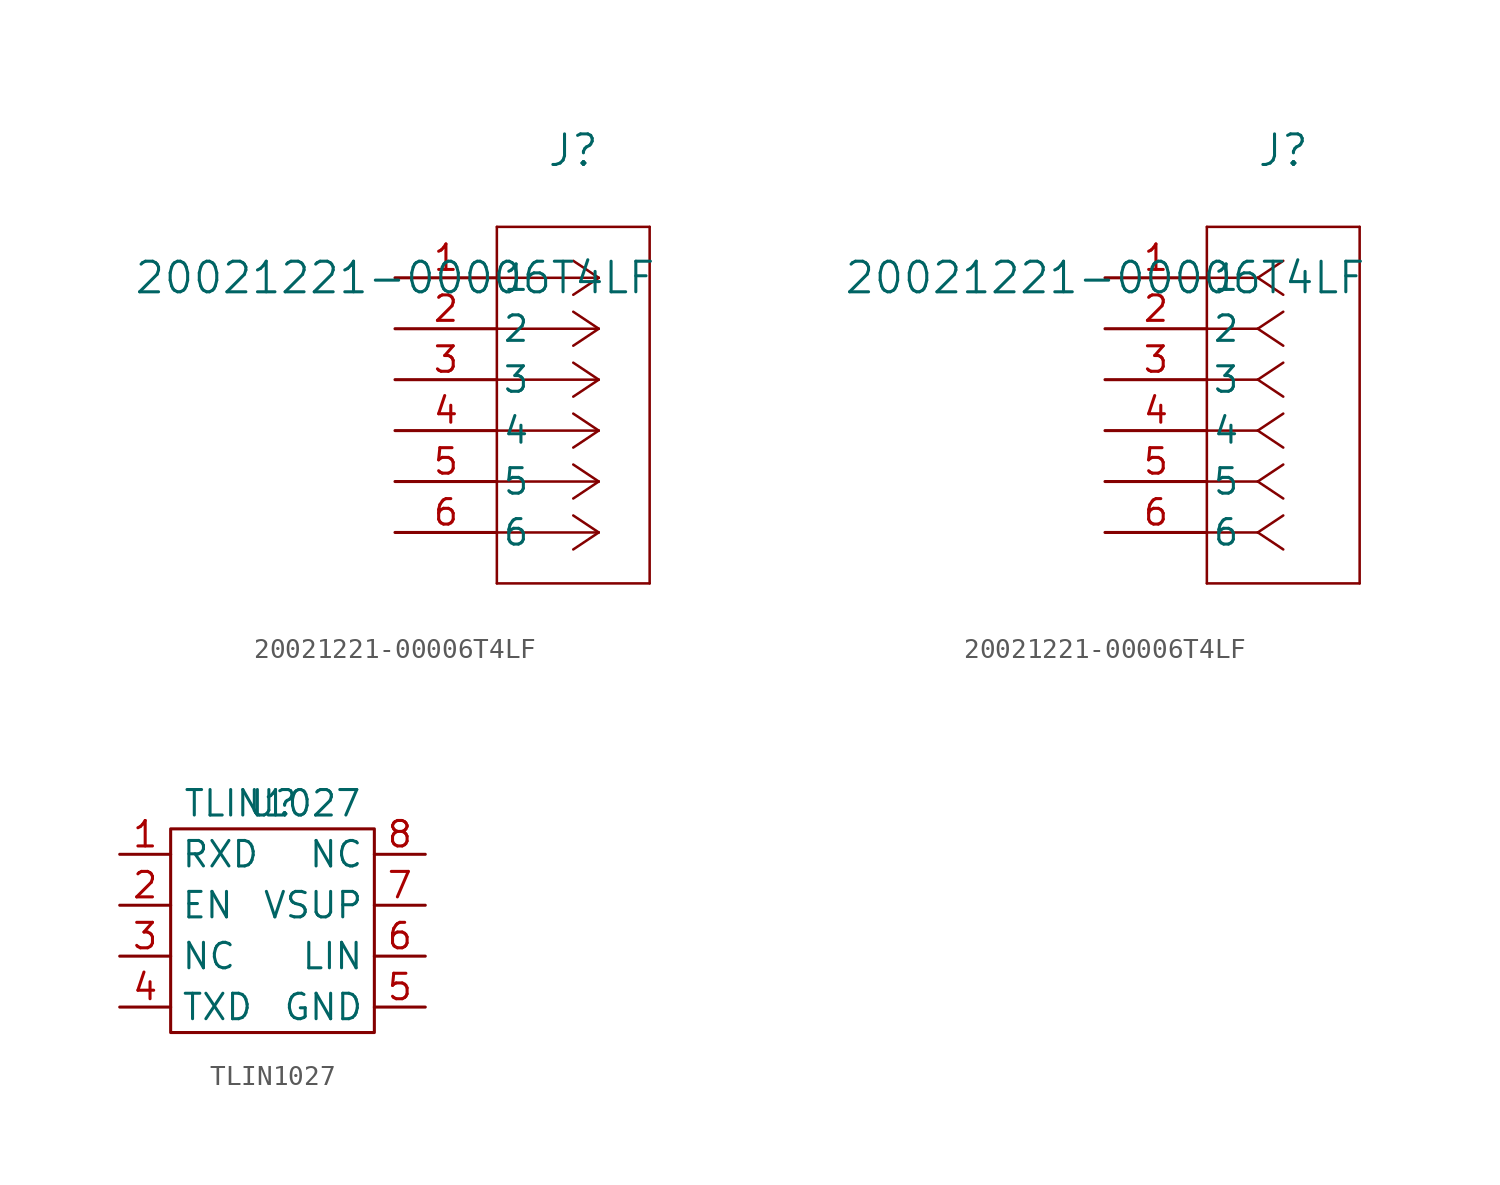
<source format=kicad_sym>
(kicad_symbol_lib
  (version 20231120)
  (generator "kicad_symbol_editor")
  (generator_version "8.0")
  (symbol "20021221-00006T4LF"
    (pin_names
      (offset 0.254))
    (property "Reference" "J"
      (at 8.89 6.35 0)
      (effects (font (size 1.524 1.524))))
    (property "Value" "20021221-00006T4LF"
      (at 0 0 0)
      (effects (font (size 1.524 1.524))))
    (symbol "20021221-00006T4LF_1_1"
      (polyline (pts (xy 5.08 -15.24) (xy 12.7 -15.24)) (stroke (width 0.127) (type default)) (fill (type none)))
      (polyline (pts (xy 5.08 2.54) (xy 5.08 -15.24)) (stroke (width 0.127) (type default)) (fill (type none)))
      (polyline (pts (xy 10.16 -12.7) (xy 5.08 -12.7)) (stroke (width 0.127) (type default)) (fill (type none)))
      (polyline (pts (xy 10.16 -12.7) (xy 8.89 -13.547)) (stroke (width 0.127) (type default)) (fill (type none)))
      (polyline (pts (xy 10.16 -12.7) (xy 8.89 -11.853)) (stroke (width 0.127) (type default)) (fill (type none)))
      (polyline (pts (xy 10.16 -10.16) (xy 5.08 -10.16)) (stroke (width 0.127) (type default)) (fill (type none)))
      (polyline (pts (xy 10.16 -10.16) (xy 8.89 -11.007)) (stroke (width 0.127) (type default)) (fill (type none)))
      (polyline (pts (xy 10.16 -10.16) (xy 8.89 -9.313)) (stroke (width 0.127) (type default)) (fill (type none)))
      (polyline (pts (xy 10.16 -7.62) (xy 5.08 -7.62)) (stroke (width 0.127) (type default)) (fill (type none)))
      (polyline (pts (xy 10.16 -7.62) (xy 8.89 -8.467)) (stroke (width 0.127) (type default)) (fill (type none)))
      (polyline (pts (xy 10.16 -7.62) (xy 8.89 -6.773)) (stroke (width 0.127) (type default)) (fill (type none)))
      (polyline (pts (xy 10.16 -5.08) (xy 5.08 -5.08)) (stroke (width 0.127) (type default)) (fill (type none)))
      (polyline (pts (xy 10.16 -5.08) (xy 8.89 -5.927)) (stroke (width 0.127) (type default)) (fill (type none)))
      (polyline (pts (xy 10.16 -5.08) (xy 8.89 -4.233)) (stroke (width 0.127) (type default)) (fill (type none)))
      (polyline (pts (xy 10.16 -2.54) (xy 5.08 -2.54)) (stroke (width 0.127) (type default)) (fill (type none)))
      (polyline (pts (xy 10.16 -2.54) (xy 8.89 -3.387)) (stroke (width 0.127) (type default)) (fill (type none)))
      (polyline (pts (xy 10.16 -2.54) (xy 8.89 -1.693)) (stroke (width 0.127) (type default)) (fill (type none)))
      (polyline (pts (xy 10.16 0) (xy 5.08 0)) (stroke (width 0.127) (type default)) (fill (type none)))
      (polyline (pts (xy 10.16 0) (xy 8.89 -0.847)) (stroke (width 0.127) (type default)) (fill (type none)))
      (polyline (pts (xy 10.16 0) (xy 8.89 0.847)) (stroke (width 0.127) (type default)) (fill (type none)))
      (polyline (pts (xy 12.7 -15.24) (xy 12.7 2.54)) (stroke (width 0.127) (type default)) (fill (type none)))
      (polyline (pts (xy 12.7 2.54) (xy 5.08 2.54)) (stroke (width 0.127) (type default)) (fill (type none)))
      (pin unspecified line (at 0 0 0) (length 5.08) (name "1" (effects (font (size 1.27 1.27)))) (number "1" (effects (font (size 1.27 1.27)))))
      (pin unspecified line (at 0 -2.54 0) (length 5.08) (name "2" (effects (font (size 1.27 1.27)))) (number "2" (effects (font (size 1.27 1.27)))))
      (pin unspecified line (at 0 -5.08 0) (length 5.08) (name "3" (effects (font (size 1.27 1.27)))) (number "3" (effects (font (size 1.27 1.27)))))
      (pin unspecified line (at 0 -7.62 0) (length 5.08) (name "4" (effects (font (size 1.27 1.27)))) (number "4" (effects (font (size 1.27 1.27)))))
      (pin unspecified line (at 0 -10.16 0) (length 5.08) (name "5" (effects (font (size 1.27 1.27)))) (number "5" (effects (font (size 1.27 1.27)))))
      (pin unspecified line (at 0 -12.7 0) (length 5.08) (name "6" (effects (font (size 1.27 1.27)))) (number "6" (effects (font (size 1.27 1.27))))))
    (symbol "20021221-00006T4LF_1_2"
      (polyline (pts (xy 5.08 -15.24) (xy 12.7 -15.24)) (stroke (width 0.127) (type default)) (fill (type none)))
      (polyline (pts (xy 5.08 2.54) (xy 5.08 -15.24)) (stroke (width 0.127) (type default)) (fill (type none)))
      (polyline (pts (xy 7.62 -12.7) (xy 5.08 -12.7)) (stroke (width 0.127) (type default)) (fill (type none)))
      (polyline (pts (xy 7.62 -12.7) (xy 8.89 -13.547)) (stroke (width 0.127) (type default)) (fill (type none)))
      (polyline (pts (xy 7.62 -12.7) (xy 8.89 -11.853)) (stroke (width 0.127) (type default)) (fill (type none)))
      (polyline (pts (xy 7.62 -10.16) (xy 5.08 -10.16)) (stroke (width 0.127) (type default)) (fill (type none)))
      (polyline (pts (xy 7.62 -10.16) (xy 8.89 -11.007)) (stroke (width 0.127) (type default)) (fill (type none)))
      (polyline (pts (xy 7.62 -10.16) (xy 8.89 -9.313)) (stroke (width 0.127) (type default)) (fill (type none)))
      (polyline (pts (xy 7.62 -7.62) (xy 5.08 -7.62)) (stroke (width 0.127) (type default)) (fill (type none)))
      (polyline (pts (xy 7.62 -7.62) (xy 8.89 -8.467)) (stroke (width 0.127) (type default)) (fill (type none)))
      (polyline (pts (xy 7.62 -7.62) (xy 8.89 -6.773)) (stroke (width 0.127) (type default)) (fill (type none)))
      (polyline (pts (xy 7.62 -5.08) (xy 5.08 -5.08)) (stroke (width 0.127) (type default)) (fill (type none)))
      (polyline (pts (xy 7.62 -5.08) (xy 8.89 -5.927)) (stroke (width 0.127) (type default)) (fill (type none)))
      (polyline (pts (xy 7.62 -5.08) (xy 8.89 -4.233)) (stroke (width 0.127) (type default)) (fill (type none)))
      (polyline (pts (xy 7.62 -2.54) (xy 5.08 -2.54)) (stroke (width 0.127) (type default)) (fill (type none)))
      (polyline (pts (xy 7.62 -2.54) (xy 8.89 -3.387)) (stroke (width 0.127) (type default)) (fill (type none)))
      (polyline (pts (xy 7.62 -2.54) (xy 8.89 -1.693)) (stroke (width 0.127) (type default)) (fill (type none)))
      (polyline (pts (xy 7.62 0) (xy 5.08 0)) (stroke (width 0.127) (type default)) (fill (type none)))
      (polyline (pts (xy 7.62 0) (xy 8.89 -0.847)) (stroke (width 0.127) (type default)) (fill (type none)))
      (polyline (pts (xy 7.62 0) (xy 8.89 0.847)) (stroke (width 0.127) (type default)) (fill (type none)))
      (polyline (pts (xy 12.7 -15.24) (xy 12.7 2.54)) (stroke (width 0.127) (type default)) (fill (type none)))
      (polyline (pts (xy 12.7 2.54) (xy 5.08 2.54)) (stroke (width 0.127) (type default)) (fill (type none)))
      (pin unspecified line (at 0 0 0) (length 5.08) (name "1" (effects (font (size 1.27 1.27)))) (number "1" (effects (font (size 1.27 1.27)))))
      (pin unspecified line (at 0 -2.54 0) (length 5.08) (name "2" (effects (font (size 1.27 1.27)))) (number "2" (effects (font (size 1.27 1.27)))))
      (pin unspecified line (at 0 -5.08 0) (length 5.08) (name "3" (effects (font (size 1.27 1.27)))) (number "3" (effects (font (size 1.27 1.27)))))
      (pin unspecified line (at 0 -7.62 0) (length 5.08) (name "4" (effects (font (size 1.27 1.27)))) (number "4" (effects (font (size 1.27 1.27)))))
      (pin unspecified line (at 0 -10.16 0) (length 5.08) (name "5" (effects (font (size 1.27 1.27)))) (number "5" (effects (font (size 1.27 1.27)))))
      (pin unspecified line (at 0 -12.7 0) (length 5.08) (name "6" (effects (font (size 1.27 1.27)))) (number "6" (effects (font (size 1.27 1.27)))))))
  (symbol "TLIN1027"
    (property "Reference" "U"
      (at 0 0 0)
      (effects (font (size 1.27 1.27))))
    (property "Value" "TLIN1027"
      (at 0 0 0)
      (effects (font (size 1.27 1.27))))
    (symbol "TLIN1027_0_1"
      (rectangle (start 5.08 -1.27) (end -5.08 -11.43) (stroke (width 0) (type default)) (fill (type none))))
    (symbol "TLIN1027_1_1"
      (pin input line (at -7.62 -2.54 0) (length 2.54) (name "RXD" (effects (font (size 1.27 1.27)))) (number "1" (effects (font (size 1.27 1.27)))))
      (pin input line (at -7.62 -5.08 0) (length 2.54) (name "EN" (effects (font (size 1.27 1.27)))) (number "2" (effects (font (size 1.27 1.27)))))
      (pin input line (at -7.62 -7.62 0) (length 2.54) (name "NC" (effects (font (size 1.27 1.27)))) (number "3" (effects (font (size 1.27 1.27)))))
      (pin input line (at -7.62 -10.16 0) (length 2.54) (name "TXD" (effects (font (size 1.27 1.27)))) (number "4" (effects (font (size 1.27 1.27)))))
      (pin input line (at 7.62 -10.16 180) (length 2.54) (name "GND" (effects (font (size 1.27 1.27)))) (number "5" (effects (font (size 1.27 1.27)))))
      (pin input line (at 7.62 -7.62 180) (length 2.54) (name "LIN" (effects (font (size 1.27 1.27)))) (number "6" (effects (font (size 1.27 1.27)))))
      (pin input line (at 7.62 -5.08 180) (length 2.54) (name "VSUP" (effects (font (size 1.27 1.27)))) (number "7" (effects (font (size 1.27 1.27)))))
      (pin input line (at 7.62 -2.54 180) (length 2.54) (name "NC" (effects (font (size 1.27 1.27)))) (number "8" (effects (font (size 1.27 1.27))))))))
</source>
